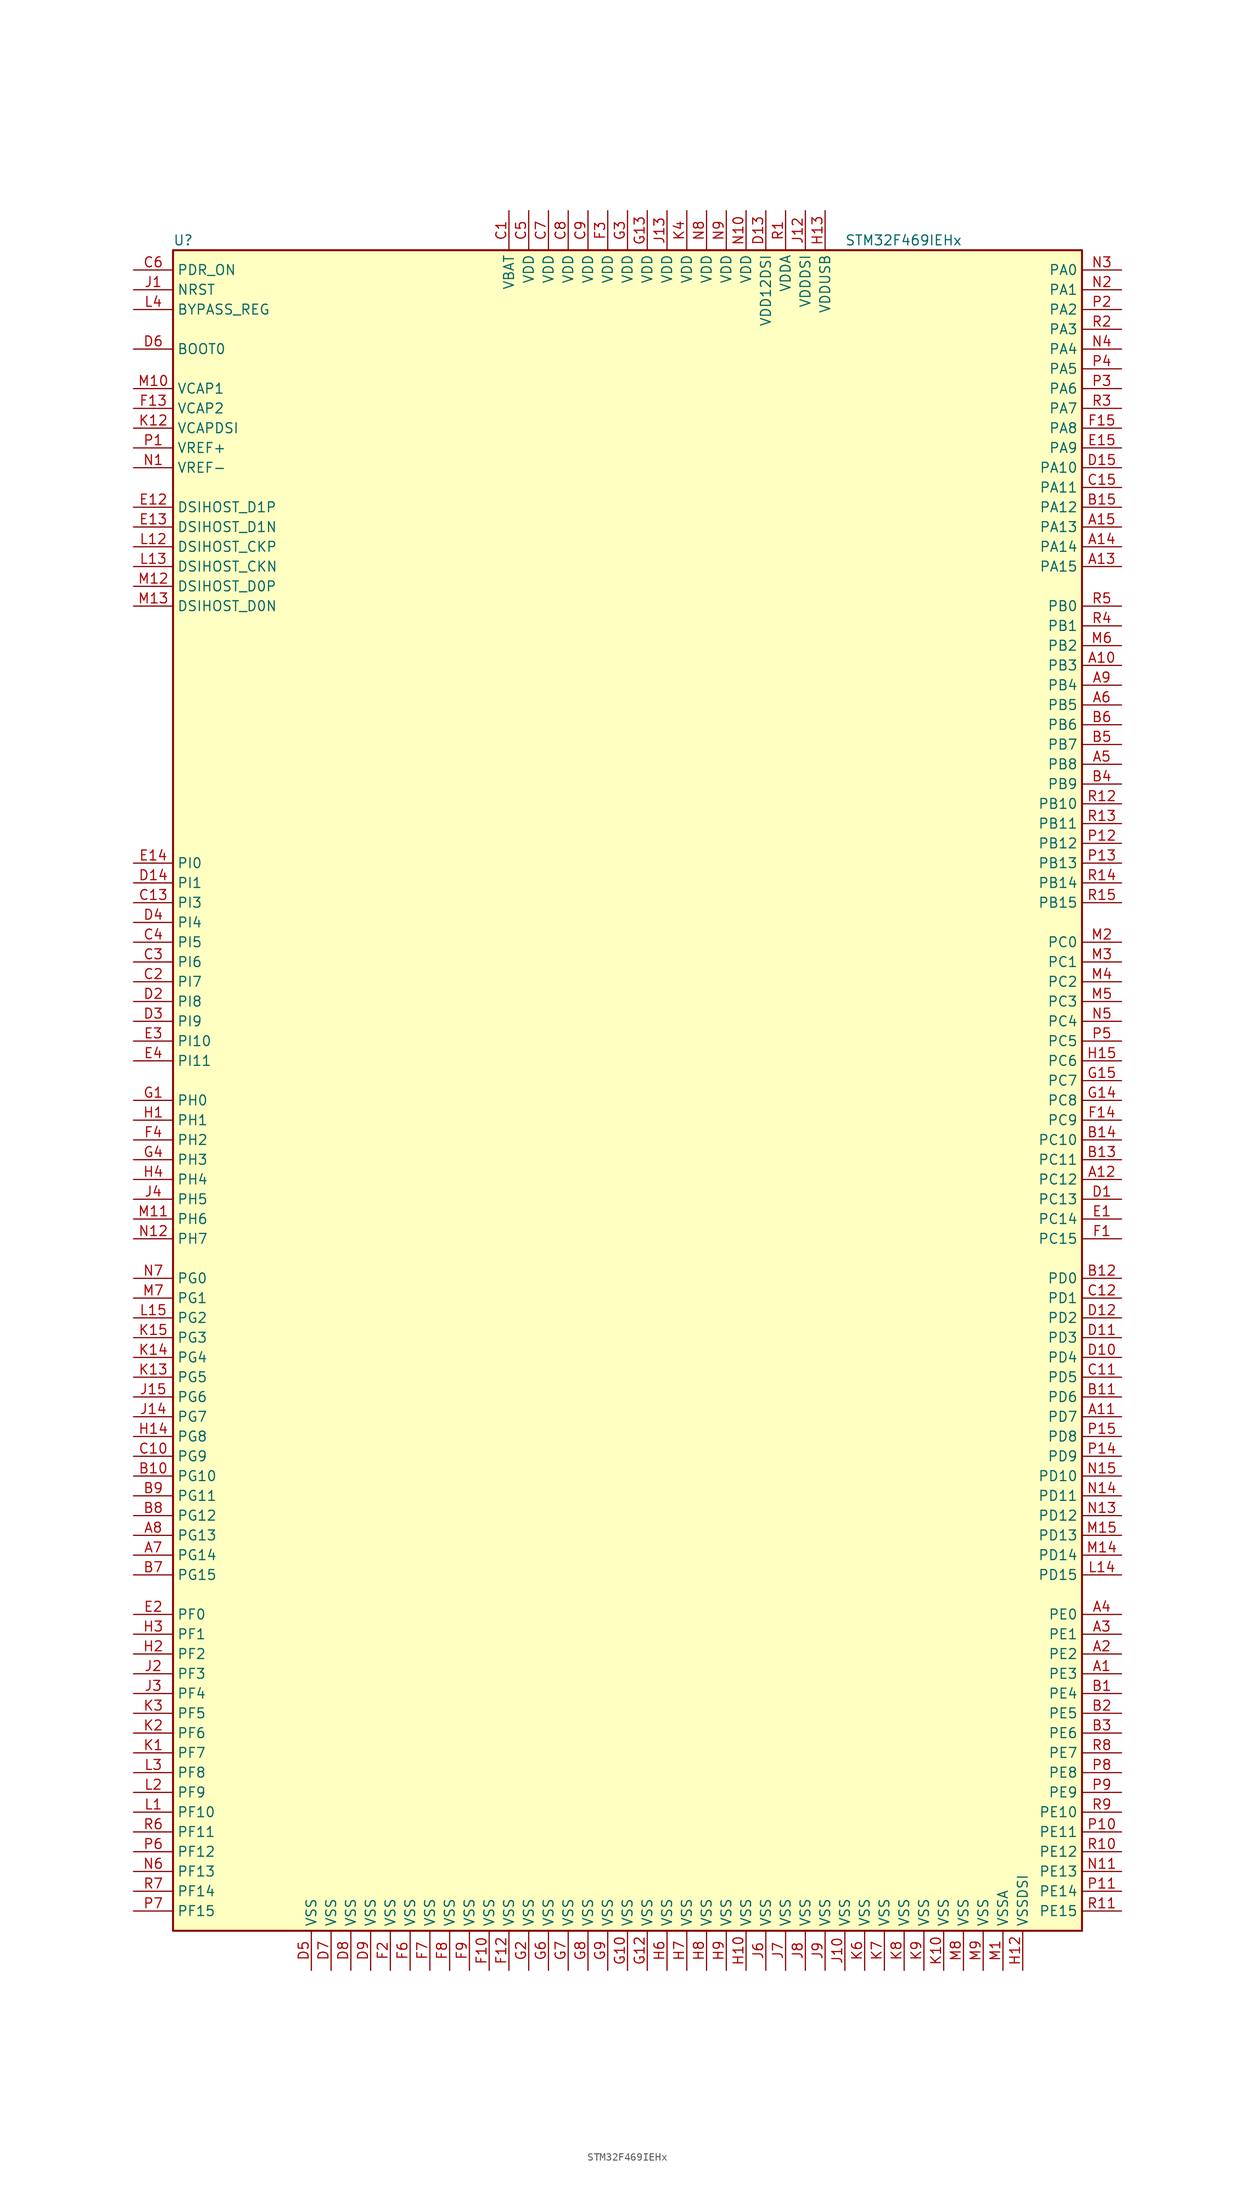
<source format=kicad_sym>
(kicad_symbol_lib
  (version 20201005)
  (generator kicad_symbol_editor)
  (symbol "STM32F469IEHx"
    (property "Reference" "U"
      (at -58.42 107.95 0)
      (effects (font (size 1.27 1.27)) (justify left)))
    (property "Value" "STM32F469IEHx"
      (at 27.94 107.95 0)
      (effects (font (size 1.27 1.27)) (justify left)))
    (symbol "STM32F469IEHx_0_1"
      (rectangle (start -58.42 -109.22) (end 58.42 106.68) (stroke (width 0.254)) (fill (type background))))
    (symbol "STM32F469IEHx_1_1"
      (pin input line (at -63.5 93.98 0) (length 5.08) (name "BOOT0" (effects (font (size 1.27 1.27)))) (number "D6" (effects (font (size 1.27 1.27)))))
      (pin input line (at -63.5 99.06 0) (length 5.08) (name "BYPASS_REG" (effects (font (size 1.27 1.27)))) (number "L4" (effects (font (size 1.27 1.27)))))
      (pin bidirectional line (at -63.5 66.04 0) (length 5.08) (name "DSIHOST_CKN" (effects (font (size 1.27 1.27)))) (number "L13" (effects (font (size 1.27 1.27)))))
      (pin bidirectional line (at -63.5 68.58 0) (length 5.08) (name "DSIHOST_CKP" (effects (font (size 1.27 1.27)))) (number "L12" (effects (font (size 1.27 1.27)))))
      (pin bidirectional line (at -63.5 60.96 0) (length 5.08) (name "DSIHOST_D0N" (effects (font (size 1.27 1.27)))) (number "M13" (effects (font (size 1.27 1.27)))))
      (pin bidirectional line (at -63.5 63.5 0) (length 5.08) (name "DSIHOST_D0P" (effects (font (size 1.27 1.27)))) (number "M12" (effects (font (size 1.27 1.27)))))
      (pin bidirectional line (at -63.5 71.12 0) (length 5.08) (name "DSIHOST_D1N" (effects (font (size 1.27 1.27)))) (number "E13" (effects (font (size 1.27 1.27)))))
      (pin bidirectional line (at -63.5 73.66 0) (length 5.08) (name "DSIHOST_D1P" (effects (font (size 1.27 1.27)))) (number "E12" (effects (font (size 1.27 1.27)))))
      (pin no_connect line (at -58.42 -106.68 0) (length 5.08) hide (name "NC" (effects (font (size 1.27 1.27)))) (number "C14" (effects (font (size 1.27 1.27)))))
      (pin input line (at -63.5 101.6 0) (length 5.08) (name "NRST" (effects (font (size 1.27 1.27)))) (number "J1" (effects (font (size 1.27 1.27)))))
      (pin bidirectional line (at 63.5 104.14 180) (length 5.08) (name "PA0" (effects (font (size 1.27 1.27)))) (number "N3" (effects (font (size 1.27 1.27)))))
      (pin bidirectional line (at 63.5 101.6 180) (length 5.08) (name "PA1" (effects (font (size 1.27 1.27)))) (number "N2" (effects (font (size 1.27 1.27)))))
      (pin bidirectional line (at 63.5 78.74 180) (length 5.08) (name "PA10" (effects (font (size 1.27 1.27)))) (number "D15" (effects (font (size 1.27 1.27)))))
      (pin bidirectional line (at 63.5 76.2 180) (length 5.08) (name "PA11" (effects (font (size 1.27 1.27)))) (number "C15" (effects (font (size 1.27 1.27)))))
      (pin bidirectional line (at 63.5 73.66 180) (length 5.08) (name "PA12" (effects (font (size 1.27 1.27)))) (number "B15" (effects (font (size 1.27 1.27)))))
      (pin bidirectional line (at 63.5 71.12 180) (length 5.08) (name "PA13" (effects (font (size 1.27 1.27)))) (number "A15" (effects (font (size 1.27 1.27)))))
      (pin bidirectional line (at 63.5 68.58 180) (length 5.08) (name "PA14" (effects (font (size 1.27 1.27)))) (number "A14" (effects (font (size 1.27 1.27)))))
      (pin bidirectional line (at 63.5 66.04 180) (length 5.08) (name "PA15" (effects (font (size 1.27 1.27)))) (number "A13" (effects (font (size 1.27 1.27)))))
      (pin bidirectional line (at 63.5 99.06 180) (length 5.08) (name "PA2" (effects (font (size 1.27 1.27)))) (number "P2" (effects (font (size 1.27 1.27)))))
      (pin bidirectional line (at 63.5 96.52 180) (length 5.08) (name "PA3" (effects (font (size 1.27 1.27)))) (number "R2" (effects (font (size 1.27 1.27)))))
      (pin bidirectional line (at 63.5 93.98 180) (length 5.08) (name "PA4" (effects (font (size 1.27 1.27)))) (number "N4" (effects (font (size 1.27 1.27)))))
      (pin bidirectional line (at 63.5 91.44 180) (length 5.08) (name "PA5" (effects (font (size 1.27 1.27)))) (number "P4" (effects (font (size 1.27 1.27)))))
      (pin bidirectional line (at 63.5 88.9 180) (length 5.08) (name "PA6" (effects (font (size 1.27 1.27)))) (number "P3" (effects (font (size 1.27 1.27)))))
      (pin bidirectional line (at 63.5 86.36 180) (length 5.08) (name "PA7" (effects (font (size 1.27 1.27)))) (number "R3" (effects (font (size 1.27 1.27)))))
      (pin bidirectional line (at 63.5 83.82 180) (length 5.08) (name "PA8" (effects (font (size 1.27 1.27)))) (number "F15" (effects (font (size 1.27 1.27)))))
      (pin bidirectional line (at 63.5 81.28 180) (length 5.08) (name "PA9" (effects (font (size 1.27 1.27)))) (number "E15" (effects (font (size 1.27 1.27)))))
      (pin bidirectional line (at 63.5 60.96 180) (length 5.08) (name "PB0" (effects (font (size 1.27 1.27)))) (number "R5" (effects (font (size 1.27 1.27)))))
      (pin bidirectional line (at 63.5 58.42 180) (length 5.08) (name "PB1" (effects (font (size 1.27 1.27)))) (number "R4" (effects (font (size 1.27 1.27)))))
      (pin bidirectional line (at 63.5 35.56 180) (length 5.08) (name "PB10" (effects (font (size 1.27 1.27)))) (number "R12" (effects (font (size 1.27 1.27)))))
      (pin bidirectional line (at 63.5 33.02 180) (length 5.08) (name "PB11" (effects (font (size 1.27 1.27)))) (number "R13" (effects (font (size 1.27 1.27)))))
      (pin bidirectional line (at 63.5 30.48 180) (length 5.08) (name "PB12" (effects (font (size 1.27 1.27)))) (number "P12" (effects (font (size 1.27 1.27)))))
      (pin bidirectional line (at 63.5 27.94 180) (length 5.08) (name "PB13" (effects (font (size 1.27 1.27)))) (number "P13" (effects (font (size 1.27 1.27)))))
      (pin bidirectional line (at 63.5 25.4 180) (length 5.08) (name "PB14" (effects (font (size 1.27 1.27)))) (number "R14" (effects (font (size 1.27 1.27)))))
      (pin bidirectional line (at 63.5 22.86 180) (length 5.08) (name "PB15" (effects (font (size 1.27 1.27)))) (number "R15" (effects (font (size 1.27 1.27)))))
      (pin bidirectional line (at 63.5 55.88 180) (length 5.08) (name "PB2" (effects (font (size 1.27 1.27)))) (number "M6" (effects (font (size 1.27 1.27)))))
      (pin bidirectional line (at 63.5 53.34 180) (length 5.08) (name "PB3" (effects (font (size 1.27 1.27)))) (number "A10" (effects (font (size 1.27 1.27)))))
      (pin bidirectional line (at 63.5 50.8 180) (length 5.08) (name "PB4" (effects (font (size 1.27 1.27)))) (number "A9" (effects (font (size 1.27 1.27)))))
      (pin bidirectional line (at 63.5 48.26 180) (length 5.08) (name "PB5" (effects (font (size 1.27 1.27)))) (number "A6" (effects (font (size 1.27 1.27)))))
      (pin bidirectional line (at 63.5 45.72 180) (length 5.08) (name "PB6" (effects (font (size 1.27 1.27)))) (number "B6" (effects (font (size 1.27 1.27)))))
      (pin bidirectional line (at 63.5 43.18 180) (length 5.08) (name "PB7" (effects (font (size 1.27 1.27)))) (number "B5" (effects (font (size 1.27 1.27)))))
      (pin bidirectional line (at 63.5 40.64 180) (length 5.08) (name "PB8" (effects (font (size 1.27 1.27)))) (number "A5" (effects (font (size 1.27 1.27)))))
      (pin bidirectional line (at 63.5 38.1 180) (length 5.08) (name "PB9" (effects (font (size 1.27 1.27)))) (number "B4" (effects (font (size 1.27 1.27)))))
      (pin bidirectional line (at 63.5 17.78 180) (length 5.08) (name "PC0" (effects (font (size 1.27 1.27)))) (number "M2" (effects (font (size 1.27 1.27)))))
      (pin bidirectional line (at 63.5 15.24 180) (length 5.08) (name "PC1" (effects (font (size 1.27 1.27)))) (number "M3" (effects (font (size 1.27 1.27)))))
      (pin bidirectional line (at 63.5 -7.62 180) (length 5.08) (name "PC10" (effects (font (size 1.27 1.27)))) (number "B14" (effects (font (size 1.27 1.27)))))
      (pin bidirectional line (at 63.5 -10.16 180) (length 5.08) (name "PC11" (effects (font (size 1.27 1.27)))) (number "B13" (effects (font (size 1.27 1.27)))))
      (pin bidirectional line (at 63.5 -12.7 180) (length 5.08) (name "PC12" (effects (font (size 1.27 1.27)))) (number "A12" (effects (font (size 1.27 1.27)))))
      (pin bidirectional line (at 63.5 -15.24 180) (length 5.08) (name "PC13" (effects (font (size 1.27 1.27)))) (number "D1" (effects (font (size 1.27 1.27)))))
      (pin bidirectional line (at 63.5 -17.78 180) (length 5.08) (name "PC14" (effects (font (size 1.27 1.27)))) (number "E1" (effects (font (size 1.27 1.27)))))
      (pin bidirectional line (at 63.5 -20.32 180) (length 5.08) (name "PC15" (effects (font (size 1.27 1.27)))) (number "F1" (effects (font (size 1.27 1.27)))))
      (pin bidirectional line (at 63.5 12.7 180) (length 5.08) (name "PC2" (effects (font (size 1.27 1.27)))) (number "M4" (effects (font (size 1.27 1.27)))))
      (pin bidirectional line (at 63.5 10.16 180) (length 5.08) (name "PC3" (effects (font (size 1.27 1.27)))) (number "M5" (effects (font (size 1.27 1.27)))))
      (pin bidirectional line (at 63.5 7.62 180) (length 5.08) (name "PC4" (effects (font (size 1.27 1.27)))) (number "N5" (effects (font (size 1.27 1.27)))))
      (pin bidirectional line (at 63.5 5.08 180) (length 5.08) (name "PC5" (effects (font (size 1.27 1.27)))) (number "P5" (effects (font (size 1.27 1.27)))))
      (pin bidirectional line (at 63.5 2.54 180) (length 5.08) (name "PC6" (effects (font (size 1.27 1.27)))) (number "H15" (effects (font (size 1.27 1.27)))))
      (pin bidirectional line (at 63.5 0 180) (length 5.08) (name "PC7" (effects (font (size 1.27 1.27)))) (number "G15" (effects (font (size 1.27 1.27)))))
      (pin bidirectional line (at 63.5 -2.54 180) (length 5.08) (name "PC8" (effects (font (size 1.27 1.27)))) (number "G14" (effects (font (size 1.27 1.27)))))
      (pin bidirectional line (at 63.5 -5.08 180) (length 5.08) (name "PC9" (effects (font (size 1.27 1.27)))) (number "F14" (effects (font (size 1.27 1.27)))))
      (pin bidirectional line (at 63.5 -25.4 180) (length 5.08) (name "PD0" (effects (font (size 1.27 1.27)))) (number "B12" (effects (font (size 1.27 1.27)))))
      (pin bidirectional line (at 63.5 -27.94 180) (length 5.08) (name "PD1" (effects (font (size 1.27 1.27)))) (number "C12" (effects (font (size 1.27 1.27)))))
      (pin bidirectional line (at 63.5 -50.8 180) (length 5.08) (name "PD10" (effects (font (size 1.27 1.27)))) (number "N15" (effects (font (size 1.27 1.27)))))
      (pin bidirectional line (at 63.5 -53.34 180) (length 5.08) (name "PD11" (effects (font (size 1.27 1.27)))) (number "N14" (effects (font (size 1.27 1.27)))))
      (pin bidirectional line (at 63.5 -55.88 180) (length 5.08) (name "PD12" (effects (font (size 1.27 1.27)))) (number "N13" (effects (font (size 1.27 1.27)))))
      (pin bidirectional line (at 63.5 -58.42 180) (length 5.08) (name "PD13" (effects (font (size 1.27 1.27)))) (number "M15" (effects (font (size 1.27 1.27)))))
      (pin bidirectional line (at 63.5 -60.96 180) (length 5.08) (name "PD14" (effects (font (size 1.27 1.27)))) (number "M14" (effects (font (size 1.27 1.27)))))
      (pin bidirectional line (at 63.5 -63.5 180) (length 5.08) (name "PD15" (effects (font (size 1.27 1.27)))) (number "L14" (effects (font (size 1.27 1.27)))))
      (pin bidirectional line (at 63.5 -30.48 180) (length 5.08) (name "PD2" (effects (font (size 1.27 1.27)))) (number "D12" (effects (font (size 1.27 1.27)))))
      (pin bidirectional line (at 63.5 -33.02 180) (length 5.08) (name "PD3" (effects (font (size 1.27 1.27)))) (number "D11" (effects (font (size 1.27 1.27)))))
      (pin bidirectional line (at 63.5 -35.56 180) (length 5.08) (name "PD4" (effects (font (size 1.27 1.27)))) (number "D10" (effects (font (size 1.27 1.27)))))
      (pin bidirectional line (at 63.5 -38.1 180) (length 5.08) (name "PD5" (effects (font (size 1.27 1.27)))) (number "C11" (effects (font (size 1.27 1.27)))))
      (pin bidirectional line (at 63.5 -40.64 180) (length 5.08) (name "PD6" (effects (font (size 1.27 1.27)))) (number "B11" (effects (font (size 1.27 1.27)))))
      (pin bidirectional line (at 63.5 -43.18 180) (length 5.08) (name "PD7" (effects (font (size 1.27 1.27)))) (number "A11" (effects (font (size 1.27 1.27)))))
      (pin bidirectional line (at 63.5 -45.72 180) (length 5.08) (name "PD8" (effects (font (size 1.27 1.27)))) (number "P15" (effects (font (size 1.27 1.27)))))
      (pin bidirectional line (at 63.5 -48.26 180) (length 5.08) (name "PD9" (effects (font (size 1.27 1.27)))) (number "P14" (effects (font (size 1.27 1.27)))))
      (pin input line (at -63.5 104.14 0) (length 5.08) (name "PDR_ON" (effects (font (size 1.27 1.27)))) (number "C6" (effects (font (size 1.27 1.27)))))
      (pin bidirectional line (at 63.5 -68.58 180) (length 5.08) (name "PE0" (effects (font (size 1.27 1.27)))) (number "A4" (effects (font (size 1.27 1.27)))))
      (pin bidirectional line (at 63.5 -71.12 180) (length 5.08) (name "PE1" (effects (font (size 1.27 1.27)))) (number "A3" (effects (font (size 1.27 1.27)))))
      (pin bidirectional line (at 63.5 -93.98 180) (length 5.08) (name "PE10" (effects (font (size 1.27 1.27)))) (number "R9" (effects (font (size 1.27 1.27)))))
      (pin bidirectional line (at 63.5 -96.52 180) (length 5.08) (name "PE11" (effects (font (size 1.27 1.27)))) (number "P10" (effects (font (size 1.27 1.27)))))
      (pin bidirectional line (at 63.5 -99.06 180) (length 5.08) (name "PE12" (effects (font (size 1.27 1.27)))) (number "R10" (effects (font (size 1.27 1.27)))))
      (pin bidirectional line (at 63.5 -101.6 180) (length 5.08) (name "PE13" (effects (font (size 1.27 1.27)))) (number "N11" (effects (font (size 1.27 1.27)))))
      (pin bidirectional line (at 63.5 -104.14 180) (length 5.08) (name "PE14" (effects (font (size 1.27 1.27)))) (number "P11" (effects (font (size 1.27 1.27)))))
      (pin bidirectional line (at 63.5 -106.68 180) (length 5.08) (name "PE15" (effects (font (size 1.27 1.27)))) (number "R11" (effects (font (size 1.27 1.27)))))
      (pin bidirectional line (at 63.5 -73.66 180) (length 5.08) (name "PE2" (effects (font (size 1.27 1.27)))) (number "A2" (effects (font (size 1.27 1.27)))))
      (pin bidirectional line (at 63.5 -76.2 180) (length 5.08) (name "PE3" (effects (font (size 1.27 1.27)))) (number "A1" (effects (font (size 1.27 1.27)))))
      (pin bidirectional line (at 63.5 -78.74 180) (length 5.08) (name "PE4" (effects (font (size 1.27 1.27)))) (number "B1" (effects (font (size 1.27 1.27)))))
      (pin bidirectional line (at 63.5 -81.28 180) (length 5.08) (name "PE5" (effects (font (size 1.27 1.27)))) (number "B2" (effects (font (size 1.27 1.27)))))
      (pin bidirectional line (at 63.5 -83.82 180) (length 5.08) (name "PE6" (effects (font (size 1.27 1.27)))) (number "B3" (effects (font (size 1.27 1.27)))))
      (pin bidirectional line (at 63.5 -86.36 180) (length 5.08) (name "PE7" (effects (font (size 1.27 1.27)))) (number "R8" (effects (font (size 1.27 1.27)))))
      (pin bidirectional line (at 63.5 -88.9 180) (length 5.08) (name "PE8" (effects (font (size 1.27 1.27)))) (number "P8" (effects (font (size 1.27 1.27)))))
      (pin bidirectional line (at 63.5 -91.44 180) (length 5.08) (name "PE9" (effects (font (size 1.27 1.27)))) (number "P9" (effects (font (size 1.27 1.27)))))
      (pin bidirectional line (at -63.5 -68.58 0) (length 5.08) (name "PF0" (effects (font (size 1.27 1.27)))) (number "E2" (effects (font (size 1.27 1.27)))))
      (pin bidirectional line (at -63.5 -71.12 0) (length 5.08) (name "PF1" (effects (font (size 1.27 1.27)))) (number "H3" (effects (font (size 1.27 1.27)))))
      (pin bidirectional line (at -63.5 -93.98 0) (length 5.08) (name "PF10" (effects (font (size 1.27 1.27)))) (number "L1" (effects (font (size 1.27 1.27)))))
      (pin bidirectional line (at -63.5 -96.52 0) (length 5.08) (name "PF11" (effects (font (size 1.27 1.27)))) (number "R6" (effects (font (size 1.27 1.27)))))
      (pin bidirectional line (at -63.5 -99.06 0) (length 5.08) (name "PF12" (effects (font (size 1.27 1.27)))) (number "P6" (effects (font (size 1.27 1.27)))))
      (pin bidirectional line (at -63.5 -101.6 0) (length 5.08) (name "PF13" (effects (font (size 1.27 1.27)))) (number "N6" (effects (font (size 1.27 1.27)))))
      (pin bidirectional line (at -63.5 -104.14 0) (length 5.08) (name "PF14" (effects (font (size 1.27 1.27)))) (number "R7" (effects (font (size 1.27 1.27)))))
      (pin bidirectional line (at -63.5 -106.68 0) (length 5.08) (name "PF15" (effects (font (size 1.27 1.27)))) (number "P7" (effects (font (size 1.27 1.27)))))
      (pin bidirectional line (at -63.5 -73.66 0) (length 5.08) (name "PF2" (effects (font (size 1.27 1.27)))) (number "H2" (effects (font (size 1.27 1.27)))))
      (pin bidirectional line (at -63.5 -76.2 0) (length 5.08) (name "PF3" (effects (font (size 1.27 1.27)))) (number "J2" (effects (font (size 1.27 1.27)))))
      (pin bidirectional line (at -63.5 -78.74 0) (length 5.08) (name "PF4" (effects (font (size 1.27 1.27)))) (number "J3" (effects (font (size 1.27 1.27)))))
      (pin bidirectional line (at -63.5 -81.28 0) (length 5.08) (name "PF5" (effects (font (size 1.27 1.27)))) (number "K3" (effects (font (size 1.27 1.27)))))
      (pin bidirectional line (at -63.5 -83.82 0) (length 5.08) (name "PF6" (effects (font (size 1.27 1.27)))) (number "K2" (effects (font (size 1.27 1.27)))))
      (pin bidirectional line (at -63.5 -86.36 0) (length 5.08) (name "PF7" (effects (font (size 1.27 1.27)))) (number "K1" (effects (font (size 1.27 1.27)))))
      (pin bidirectional line (at -63.5 -88.9 0) (length 5.08) (name "PF8" (effects (font (size 1.27 1.27)))) (number "L3" (effects (font (size 1.27 1.27)))))
      (pin bidirectional line (at -63.5 -91.44 0) (length 5.08) (name "PF9" (effects (font (size 1.27 1.27)))) (number "L2" (effects (font (size 1.27 1.27)))))
      (pin bidirectional line (at -63.5 -25.4 0) (length 5.08) (name "PG0" (effects (font (size 1.27 1.27)))) (number "N7" (effects (font (size 1.27 1.27)))))
      (pin bidirectional line (at -63.5 -27.94 0) (length 5.08) (name "PG1" (effects (font (size 1.27 1.27)))) (number "M7" (effects (font (size 1.27 1.27)))))
      (pin bidirectional line (at -63.5 -50.8 0) (length 5.08) (name "PG10" (effects (font (size 1.27 1.27)))) (number "B10" (effects (font (size 1.27 1.27)))))
      (pin bidirectional line (at -63.5 -53.34 0) (length 5.08) (name "PG11" (effects (font (size 1.27 1.27)))) (number "B9" (effects (font (size 1.27 1.27)))))
      (pin bidirectional line (at -63.5 -55.88 0) (length 5.08) (name "PG12" (effects (font (size 1.27 1.27)))) (number "B8" (effects (font (size 1.27 1.27)))))
      (pin bidirectional line (at -63.5 -58.42 0) (length 5.08) (name "PG13" (effects (font (size 1.27 1.27)))) (number "A8" (effects (font (size 1.27 1.27)))))
      (pin bidirectional line (at -63.5 -60.96 0) (length 5.08) (name "PG14" (effects (font (size 1.27 1.27)))) (number "A7" (effects (font (size 1.27 1.27)))))
      (pin bidirectional line (at -63.5 -63.5 0) (length 5.08) (name "PG15" (effects (font (size 1.27 1.27)))) (number "B7" (effects (font (size 1.27 1.27)))))
      (pin bidirectional line (at -63.5 -30.48 0) (length 5.08) (name "PG2" (effects (font (size 1.27 1.27)))) (number "L15" (effects (font (size 1.27 1.27)))))
      (pin bidirectional line (at -63.5 -33.02 0) (length 5.08) (name "PG3" (effects (font (size 1.27 1.27)))) (number "K15" (effects (font (size 1.27 1.27)))))
      (pin bidirectional line (at -63.5 -35.56 0) (length 5.08) (name "PG4" (effects (font (size 1.27 1.27)))) (number "K14" (effects (font (size 1.27 1.27)))))
      (pin bidirectional line (at -63.5 -38.1 0) (length 5.08) (name "PG5" (effects (font (size 1.27 1.27)))) (number "K13" (effects (font (size 1.27 1.27)))))
      (pin bidirectional line (at -63.5 -40.64 0) (length 5.08) (name "PG6" (effects (font (size 1.27 1.27)))) (number "J15" (effects (font (size 1.27 1.27)))))
      (pin bidirectional line (at -63.5 -43.18 0) (length 5.08) (name "PG7" (effects (font (size 1.27 1.27)))) (number "J14" (effects (font (size 1.27 1.27)))))
      (pin bidirectional line (at -63.5 -45.72 0) (length 5.08) (name "PG8" (effects (font (size 1.27 1.27)))) (number "H14" (effects (font (size 1.27 1.27)))))
      (pin bidirectional line (at -63.5 -48.26 0) (length 5.08) (name "PG9" (effects (font (size 1.27 1.27)))) (number "C10" (effects (font (size 1.27 1.27)))))
      (pin input line (at -63.5 -2.54 0) (length 5.08) (name "PH0" (effects (font (size 1.27 1.27)))) (number "G1" (effects (font (size 1.27 1.27)))))
      (pin input line (at -63.5 -5.08 0) (length 5.08) (name "PH1" (effects (font (size 1.27 1.27)))) (number "H1" (effects (font (size 1.27 1.27)))))
      (pin bidirectional line (at -63.5 -7.62 0) (length 5.08) (name "PH2" (effects (font (size 1.27 1.27)))) (number "F4" (effects (font (size 1.27 1.27)))))
      (pin bidirectional line (at -63.5 -10.16 0) (length 5.08) (name "PH3" (effects (font (size 1.27 1.27)))) (number "G4" (effects (font (size 1.27 1.27)))))
      (pin bidirectional line (at -63.5 -12.7 0) (length 5.08) (name "PH4" (effects (font (size 1.27 1.27)))) (number "H4" (effects (font (size 1.27 1.27)))))
      (pin bidirectional line (at -63.5 -15.24 0) (length 5.08) (name "PH5" (effects (font (size 1.27 1.27)))) (number "J4" (effects (font (size 1.27 1.27)))))
      (pin bidirectional line (at -63.5 -17.78 0) (length 5.08) (name "PH6" (effects (font (size 1.27 1.27)))) (number "M11" (effects (font (size 1.27 1.27)))))
      (pin bidirectional line (at -63.5 -20.32 0) (length 5.08) (name "PH7" (effects (font (size 1.27 1.27)))) (number "N12" (effects (font (size 1.27 1.27)))))
      (pin bidirectional line (at -63.5 27.94 0) (length 5.08) (name "PI0" (effects (font (size 1.27 1.27)))) (number "E14" (effects (font (size 1.27 1.27)))))
      (pin bidirectional line (at -63.5 25.4 0) (length 5.08) (name "PI1" (effects (font (size 1.27 1.27)))) (number "D14" (effects (font (size 1.27 1.27)))))
      (pin bidirectional line (at -63.5 5.08 0) (length 5.08) (name "PI10" (effects (font (size 1.27 1.27)))) (number "E3" (effects (font (size 1.27 1.27)))))
      (pin bidirectional line (at -63.5 2.54 0) (length 5.08) (name "PI11" (effects (font (size 1.27 1.27)))) (number "E4" (effects (font (size 1.27 1.27)))))
      (pin bidirectional line (at -63.5 22.86 0) (length 5.08) (name "PI3" (effects (font (size 1.27 1.27)))) (number "C13" (effects (font (size 1.27 1.27)))))
      (pin bidirectional line (at -63.5 20.32 0) (length 5.08) (name "PI4" (effects (font (size 1.27 1.27)))) (number "D4" (effects (font (size 1.27 1.27)))))
      (pin bidirectional line (at -63.5 17.78 0) (length 5.08) (name "PI5" (effects (font (size 1.27 1.27)))) (number "C4" (effects (font (size 1.27 1.27)))))
      (pin bidirectional line (at -63.5 15.24 0) (length 5.08) (name "PI6" (effects (font (size 1.27 1.27)))) (number "C3" (effects (font (size 1.27 1.27)))))
      (pin bidirectional line (at -63.5 12.7 0) (length 5.08) (name "PI7" (effects (font (size 1.27 1.27)))) (number "C2" (effects (font (size 1.27 1.27)))))
      (pin bidirectional line (at -63.5 10.16 0) (length 5.08) (name "PI8" (effects (font (size 1.27 1.27)))) (number "D2" (effects (font (size 1.27 1.27)))))
      (pin bidirectional line (at -63.5 7.62 0) (length 5.08) (name "PI9" (effects (font (size 1.27 1.27)))) (number "D3" (effects (font (size 1.27 1.27)))))
      (pin power_in line (at -15.24 111.76 270) (length 5.08) (name "VBAT" (effects (font (size 1.27 1.27)))) (number "C1" (effects (font (size 1.27 1.27)))))
      (pin power_in line (at -63.5 88.9 0) (length 5.08) (name "VCAP1" (effects (font (size 1.27 1.27)))) (number "M10" (effects (font (size 1.27 1.27)))))
      (pin power_in line (at -63.5 86.36 0) (length 5.08) (name "VCAP2" (effects (font (size 1.27 1.27)))) (number "F13" (effects (font (size 1.27 1.27)))))
      (pin power_in line (at -63.5 83.82 0) (length 5.08) (name "VCAPDSI" (effects (font (size 1.27 1.27)))) (number "K12" (effects (font (size 1.27 1.27)))))
      (pin power_in line (at -12.7 111.76 270) (length 5.08) (name "VDD" (effects (font (size 1.27 1.27)))) (number "C5" (effects (font (size 1.27 1.27)))))
      (pin power_in line (at -10.16 111.76 270) (length 5.08) (name "VDD" (effects (font (size 1.27 1.27)))) (number "C7" (effects (font (size 1.27 1.27)))))
      (pin power_in line (at -7.62 111.76 270) (length 5.08) (name "VDD" (effects (font (size 1.27 1.27)))) (number "C8" (effects (font (size 1.27 1.27)))))
      (pin power_in line (at -5.08 111.76 270) (length 5.08) (name "VDD" (effects (font (size 1.27 1.27)))) (number "C9" (effects (font (size 1.27 1.27)))))
      (pin power_in line (at -2.54 111.76 270) (length 5.08) (name "VDD" (effects (font (size 1.27 1.27)))) (number "F3" (effects (font (size 1.27 1.27)))))
      (pin power_in line (at 2.54 111.76 270) (length 5.08) (name "VDD" (effects (font (size 1.27 1.27)))) (number "G13" (effects (font (size 1.27 1.27)))))
      (pin power_in line (at 0 111.76 270) (length 5.08) (name "VDD" (effects (font (size 1.27 1.27)))) (number "G3" (effects (font (size 1.27 1.27)))))
      (pin power_in line (at 5.08 111.76 270) (length 5.08) (name "VDD" (effects (font (size 1.27 1.27)))) (number "J13" (effects (font (size 1.27 1.27)))))
      (pin power_in line (at 7.62 111.76 270) (length 5.08) (name "VDD" (effects (font (size 1.27 1.27)))) (number "K4" (effects (font (size 1.27 1.27)))))
      (pin power_in line (at 15.24 111.76 270) (length 5.08) (name "VDD" (effects (font (size 1.27 1.27)))) (number "N10" (effects (font (size 1.27 1.27)))))
      (pin power_in line (at 10.16 111.76 270) (length 5.08) (name "VDD" (effects (font (size 1.27 1.27)))) (number "N8" (effects (font (size 1.27 1.27)))))
      (pin power_in line (at 12.7 111.76 270) (length 5.08) (name "VDD" (effects (font (size 1.27 1.27)))) (number "N9" (effects (font (size 1.27 1.27)))))
      (pin power_in line (at 17.78 111.76 270) (length 5.08) (name "VDD12DSI" (effects (font (size 1.27 1.27)))) (number "D13" (effects (font (size 1.27 1.27)))))
      (pin power_in line (at 20.32 111.76 270) (length 5.08) (name "VDDA" (effects (font (size 1.27 1.27)))) (number "R1" (effects (font (size 1.27 1.27)))))
      (pin power_in line (at 22.86 111.76 270) (length 5.08) (name "VDDDSI" (effects (font (size 1.27 1.27)))) (number "J12" (effects (font (size 1.27 1.27)))))
      (pin power_in line (at 25.4 111.76 270) (length 5.08) (name "VDDUSB" (effects (font (size 1.27 1.27)))) (number "H13" (effects (font (size 1.27 1.27)))))
      (pin power_in line (at -63.5 81.28 0) (length 5.08) (name "VREF+" (effects (font (size 1.27 1.27)))) (number "P1" (effects (font (size 1.27 1.27)))))
      (pin power_in line (at -63.5 78.74 0) (length 5.08) (name "VREF-" (effects (font (size 1.27 1.27)))) (number "N1" (effects (font (size 1.27 1.27)))))
      (pin power_in line (at -40.64 -114.3 90) (length 5.08) (name "VSS" (effects (font (size 1.27 1.27)))) (number "D5" (effects (font (size 1.27 1.27)))))
      (pin power_in line (at -38.1 -114.3 90) (length 5.08) (name "VSS" (effects (font (size 1.27 1.27)))) (number "D7" (effects (font (size 1.27 1.27)))))
      (pin power_in line (at -35.56 -114.3 90) (length 5.08) (name "VSS" (effects (font (size 1.27 1.27)))) (number "D8" (effects (font (size 1.27 1.27)))))
      (pin power_in line (at -33.02 -114.3 90) (length 5.08) (name "VSS" (effects (font (size 1.27 1.27)))) (number "D9" (effects (font (size 1.27 1.27)))))
      (pin power_in line (at -17.78 -114.3 90) (length 5.08) (name "VSS" (effects (font (size 1.27 1.27)))) (number "F10" (effects (font (size 1.27 1.27)))))
      (pin power_in line (at -15.24 -114.3 90) (length 5.08) (name "VSS" (effects (font (size 1.27 1.27)))) (number "F12" (effects (font (size 1.27 1.27)))))
      (pin power_in line (at -30.48 -114.3 90) (length 5.08) (name "VSS" (effects (font (size 1.27 1.27)))) (number "F2" (effects (font (size 1.27 1.27)))))
      (pin power_in line (at -27.94 -114.3 90) (length 5.08) (name "VSS" (effects (font (size 1.27 1.27)))) (number "F6" (effects (font (size 1.27 1.27)))))
      (pin power_in line (at -25.4 -114.3 90) (length 5.08) (name "VSS" (effects (font (size 1.27 1.27)))) (number "F7" (effects (font (size 1.27 1.27)))))
      (pin power_in line (at -22.86 -114.3 90) (length 5.08) (name "VSS" (effects (font (size 1.27 1.27)))) (number "F8" (effects (font (size 1.27 1.27)))))
      (pin power_in line (at -20.32 -114.3 90) (length 5.08) (name "VSS" (effects (font (size 1.27 1.27)))) (number "F9" (effects (font (size 1.27 1.27)))))
      (pin power_in line (at 0 -114.3 90) (length 5.08) (name "VSS" (effects (font (size 1.27 1.27)))) (number "G10" (effects (font (size 1.27 1.27)))))
      (pin power_in line (at 2.54 -114.3 90) (length 5.08) (name "VSS" (effects (font (size 1.27 1.27)))) (number "G12" (effects (font (size 1.27 1.27)))))
      (pin power_in line (at -12.7 -114.3 90) (length 5.08) (name "VSS" (effects (font (size 1.27 1.27)))) (number "G2" (effects (font (size 1.27 1.27)))))
      (pin power_in line (at -10.16 -114.3 90) (length 5.08) (name "VSS" (effects (font (size 1.27 1.27)))) (number "G6" (effects (font (size 1.27 1.27)))))
      (pin power_in line (at -7.62 -114.3 90) (length 5.08) (name "VSS" (effects (font (size 1.27 1.27)))) (number "G7" (effects (font (size 1.27 1.27)))))
      (pin power_in line (at -5.08 -114.3 90) (length 5.08) (name "VSS" (effects (font (size 1.27 1.27)))) (number "G8" (effects (font (size 1.27 1.27)))))
      (pin power_in line (at -2.54 -114.3 90) (length 5.08) (name "VSS" (effects (font (size 1.27 1.27)))) (number "G9" (effects (font (size 1.27 1.27)))))
      (pin power_in line (at 15.24 -114.3 90) (length 5.08) (name "VSS" (effects (font (size 1.27 1.27)))) (number "H10" (effects (font (size 1.27 1.27)))))
      (pin power_in line (at 5.08 -114.3 90) (length 5.08) (name "VSS" (effects (font (size 1.27 1.27)))) (number "H6" (effects (font (size 1.27 1.27)))))
      (pin power_in line (at 7.62 -114.3 90) (length 5.08) (name "VSS" (effects (font (size 1.27 1.27)))) (number "H7" (effects (font (size 1.27 1.27)))))
      (pin power_in line (at 10.16 -114.3 90) (length 5.08) (name "VSS" (effects (font (size 1.27 1.27)))) (number "H8" (effects (font (size 1.27 1.27)))))
      (pin power_in line (at 12.7 -114.3 90) (length 5.08) (name "VSS" (effects (font (size 1.27 1.27)))) (number "H9" (effects (font (size 1.27 1.27)))))
      (pin power_in line (at 27.94 -114.3 90) (length 5.08) (name "VSS" (effects (font (size 1.27 1.27)))) (number "J10" (effects (font (size 1.27 1.27)))))
      (pin power_in line (at 17.78 -114.3 90) (length 5.08) (name "VSS" (effects (font (size 1.27 1.27)))) (number "J6" (effects (font (size 1.27 1.27)))))
      (pin power_in line (at 20.32 -114.3 90) (length 5.08) (name "VSS" (effects (font (size 1.27 1.27)))) (number "J7" (effects (font (size 1.27 1.27)))))
      (pin power_in line (at 22.86 -114.3 90) (length 5.08) (name "VSS" (effects (font (size 1.27 1.27)))) (number "J8" (effects (font (size 1.27 1.27)))))
      (pin power_in line (at 25.4 -114.3 90) (length 5.08) (name "VSS" (effects (font (size 1.27 1.27)))) (number "J9" (effects (font (size 1.27 1.27)))))
      (pin power_in line (at 40.64 -114.3 90) (length 5.08) (name "VSS" (effects (font (size 1.27 1.27)))) (number "K10" (effects (font (size 1.27 1.27)))))
      (pin power_in line (at 30.48 -114.3 90) (length 5.08) (name "VSS" (effects (font (size 1.27 1.27)))) (number "K6" (effects (font (size 1.27 1.27)))))
      (pin power_in line (at 33.02 -114.3 90) (length 5.08) (name "VSS" (effects (font (size 1.27 1.27)))) (number "K7" (effects (font (size 1.27 1.27)))))
      (pin power_in line (at 35.56 -114.3 90) (length 5.08) (name "VSS" (effects (font (size 1.27 1.27)))) (number "K8" (effects (font (size 1.27 1.27)))))
      (pin power_in line (at 38.1 -114.3 90) (length 5.08) (name "VSS" (effects (font (size 1.27 1.27)))) (number "K9" (effects (font (size 1.27 1.27)))))
      (pin power_in line (at 43.18 -114.3 90) (length 5.08) (name "VSS" (effects (font (size 1.27 1.27)))) (number "M8" (effects (font (size 1.27 1.27)))))
      (pin power_in line (at 45.72 -114.3 90) (length 5.08) (name "VSS" (effects (font (size 1.27 1.27)))) (number "M9" (effects (font (size 1.27 1.27)))))
      (pin power_in line (at 48.26 -114.3 90) (length 5.08) (name "VSSA" (effects (font (size 1.27 1.27)))) (number "M1" (effects (font (size 1.27 1.27)))))
      (pin power_in line (at 50.8 -114.3 90) (length 5.08) (name "VSSDSI" (effects (font (size 1.27 1.27)))) (number "H12" (effects (font (size 1.27 1.27))))))))
</source>
